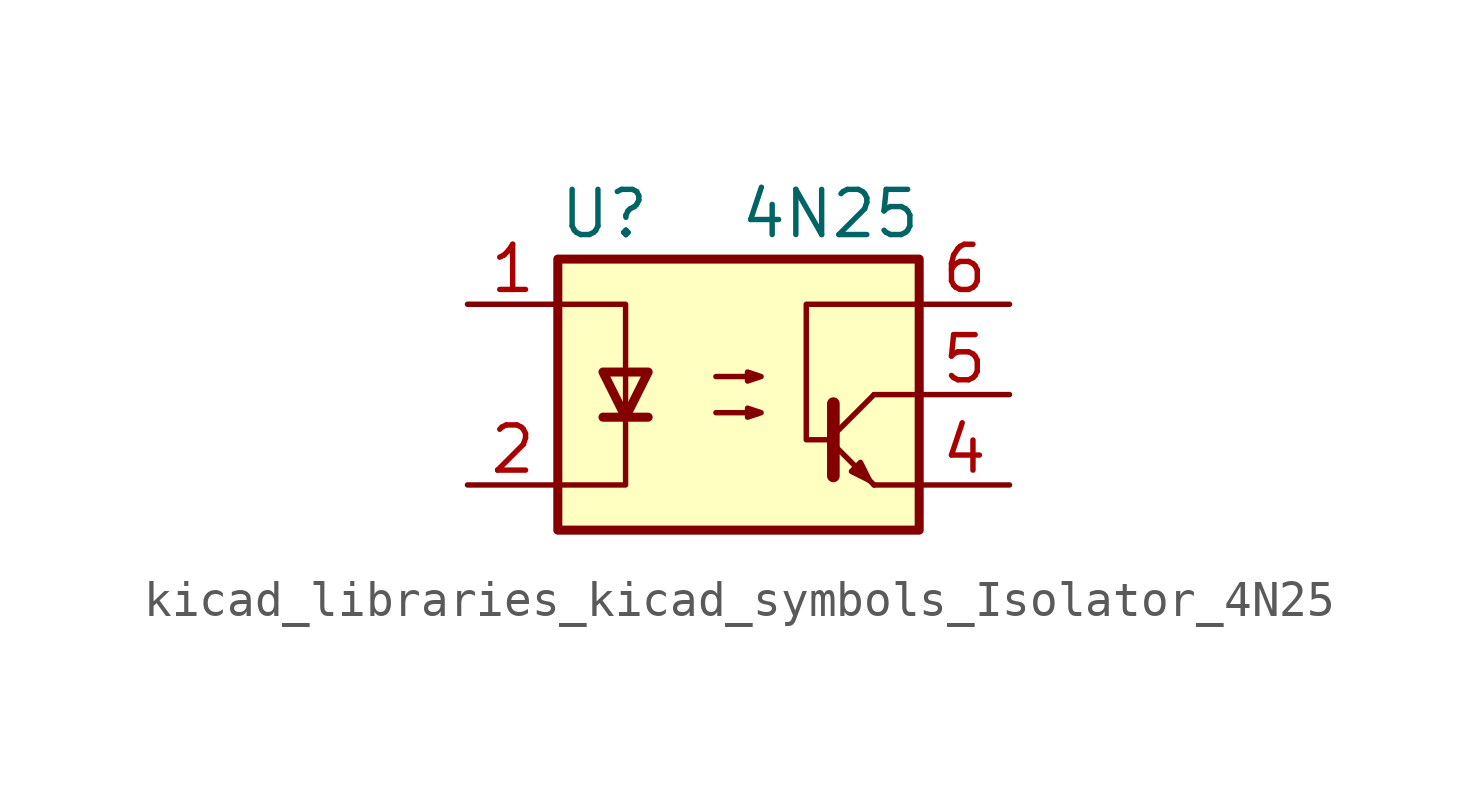
<source format=kicad_sym>
(kicad_symbol_lib
  (version 20220914)
  (generator kicad_symbol_editor)
  (symbol "kicad_libraries_kicad_symbols_Isolator_4N25"
    (pin_names
      (offset 1.016))
    (property "Reference" "U"
      (at -5.08 5.08 0)
      (effects (font (size 1.27 1.27)) (justify left)))
    (property "Value" "4N25"
      (at 0 5.08 0)
      (effects (font (size 1.27 1.27)) (justify left)))
    (symbol "kicad_libraries_kicad_symbols_Isolator_4N25_0_1"
      (rectangle (start -5.08 3.81) (end 5.08 -3.81) (stroke (width 0.254) (type default)) (fill (type background)))
      (polyline (pts (xy -3.81 -0.635) (xy -2.54 -0.635)) (stroke (width 0.254) (type default)) (fill (type none)))
      (polyline (pts (xy 2.667 -1.397) (xy 3.81 -2.54)) (stroke (width 0) (type default)) (fill (type none)))
      (polyline (pts (xy 2.667 -1.143) (xy 3.81 0)) (stroke (width 0) (type default)) (fill (type none)))
      (polyline (pts (xy 3.81 -2.54) (xy 5.08 -2.54)) (stroke (width 0) (type default)) (fill (type none)))
      (polyline (pts (xy 3.81 0) (xy 5.08 0)) (stroke (width 0) (type default)) (fill (type none)))
      (polyline (pts (xy 2.667 -0.254) (xy 2.667 -2.286) (xy 2.667 -2.286)) (stroke (width 0.356) (type default)) (fill (type none)))
      (polyline (pts (xy -5.08 -2.54) (xy -3.175 -2.54) (xy -3.175 2.54) (xy -5.08 2.54)) (stroke (width 0) (type default)) (fill (type none)))
      (polyline (pts (xy -3.175 -0.635) (xy -3.81 0.635) (xy -2.54 0.635) (xy -3.175 -0.635)) (stroke (width 0.254) (type default)) (fill (type none)))
      (polyline (pts (xy 3.683 -2.413) (xy 3.429 -1.905) (xy 3.175 -2.159) (xy 3.683 -2.413)) (stroke (width 0) (type default)) (fill (type none)))
      (polyline (pts (xy 5.08 2.54) (xy 1.905 2.54) (xy 1.905 -1.27) (xy 2.54 -1.27)) (stroke (width 0) (type default)) (fill (type none)))
      (polyline (pts (xy -0.635 -0.508) (xy 0.635 -0.508) (xy 0.254 -0.635) (xy 0.254 -0.381) (xy 0.635 -0.508)) (stroke (width 0) (type default)) (fill (type none)))
      (polyline (pts (xy -0.635 0.508) (xy 0.635 0.508) (xy 0.254 0.381) (xy 0.254 0.635) (xy 0.635 0.508)) (stroke (width 0) (type default)) (fill (type none))))
    (symbol "kicad_libraries_kicad_symbols_Isolator_4N25_1_1"
      (pin passive line (at -7.62 2.54 0) (length 2.54) (name "~" (effects (font (size 1.27 1.27)))) (number "1" (effects (font (size 1.27 1.27)))))
      (pin passive line (at -7.62 -2.54 0) (length 2.54) (name "~" (effects (font (size 1.27 1.27)))) (number "2" (effects (font (size 1.27 1.27)))))
      (pin no_connect line (at -5.08 0 0) (length 2.54) hide (name "NC" (effects (font (size 1.27 1.27)))) (number "3" (effects (font (size 1.27 1.27)))))
      (pin passive line (at 7.62 -2.54 180) (length 2.54) (name "~" (effects (font (size 1.27 1.27)))) (number "4" (effects (font (size 1.27 1.27)))))
      (pin passive line (at 7.62 0 180) (length 2.54) (name "~" (effects (font (size 1.27 1.27)))) (number "5" (effects (font (size 1.27 1.27)))))
      (pin passive line (at 7.62 2.54 180) (length 2.54) (name "~" (effects (font (size 1.27 1.27)))) (number "6" (effects (font (size 1.27 1.27))))))))
</source>
